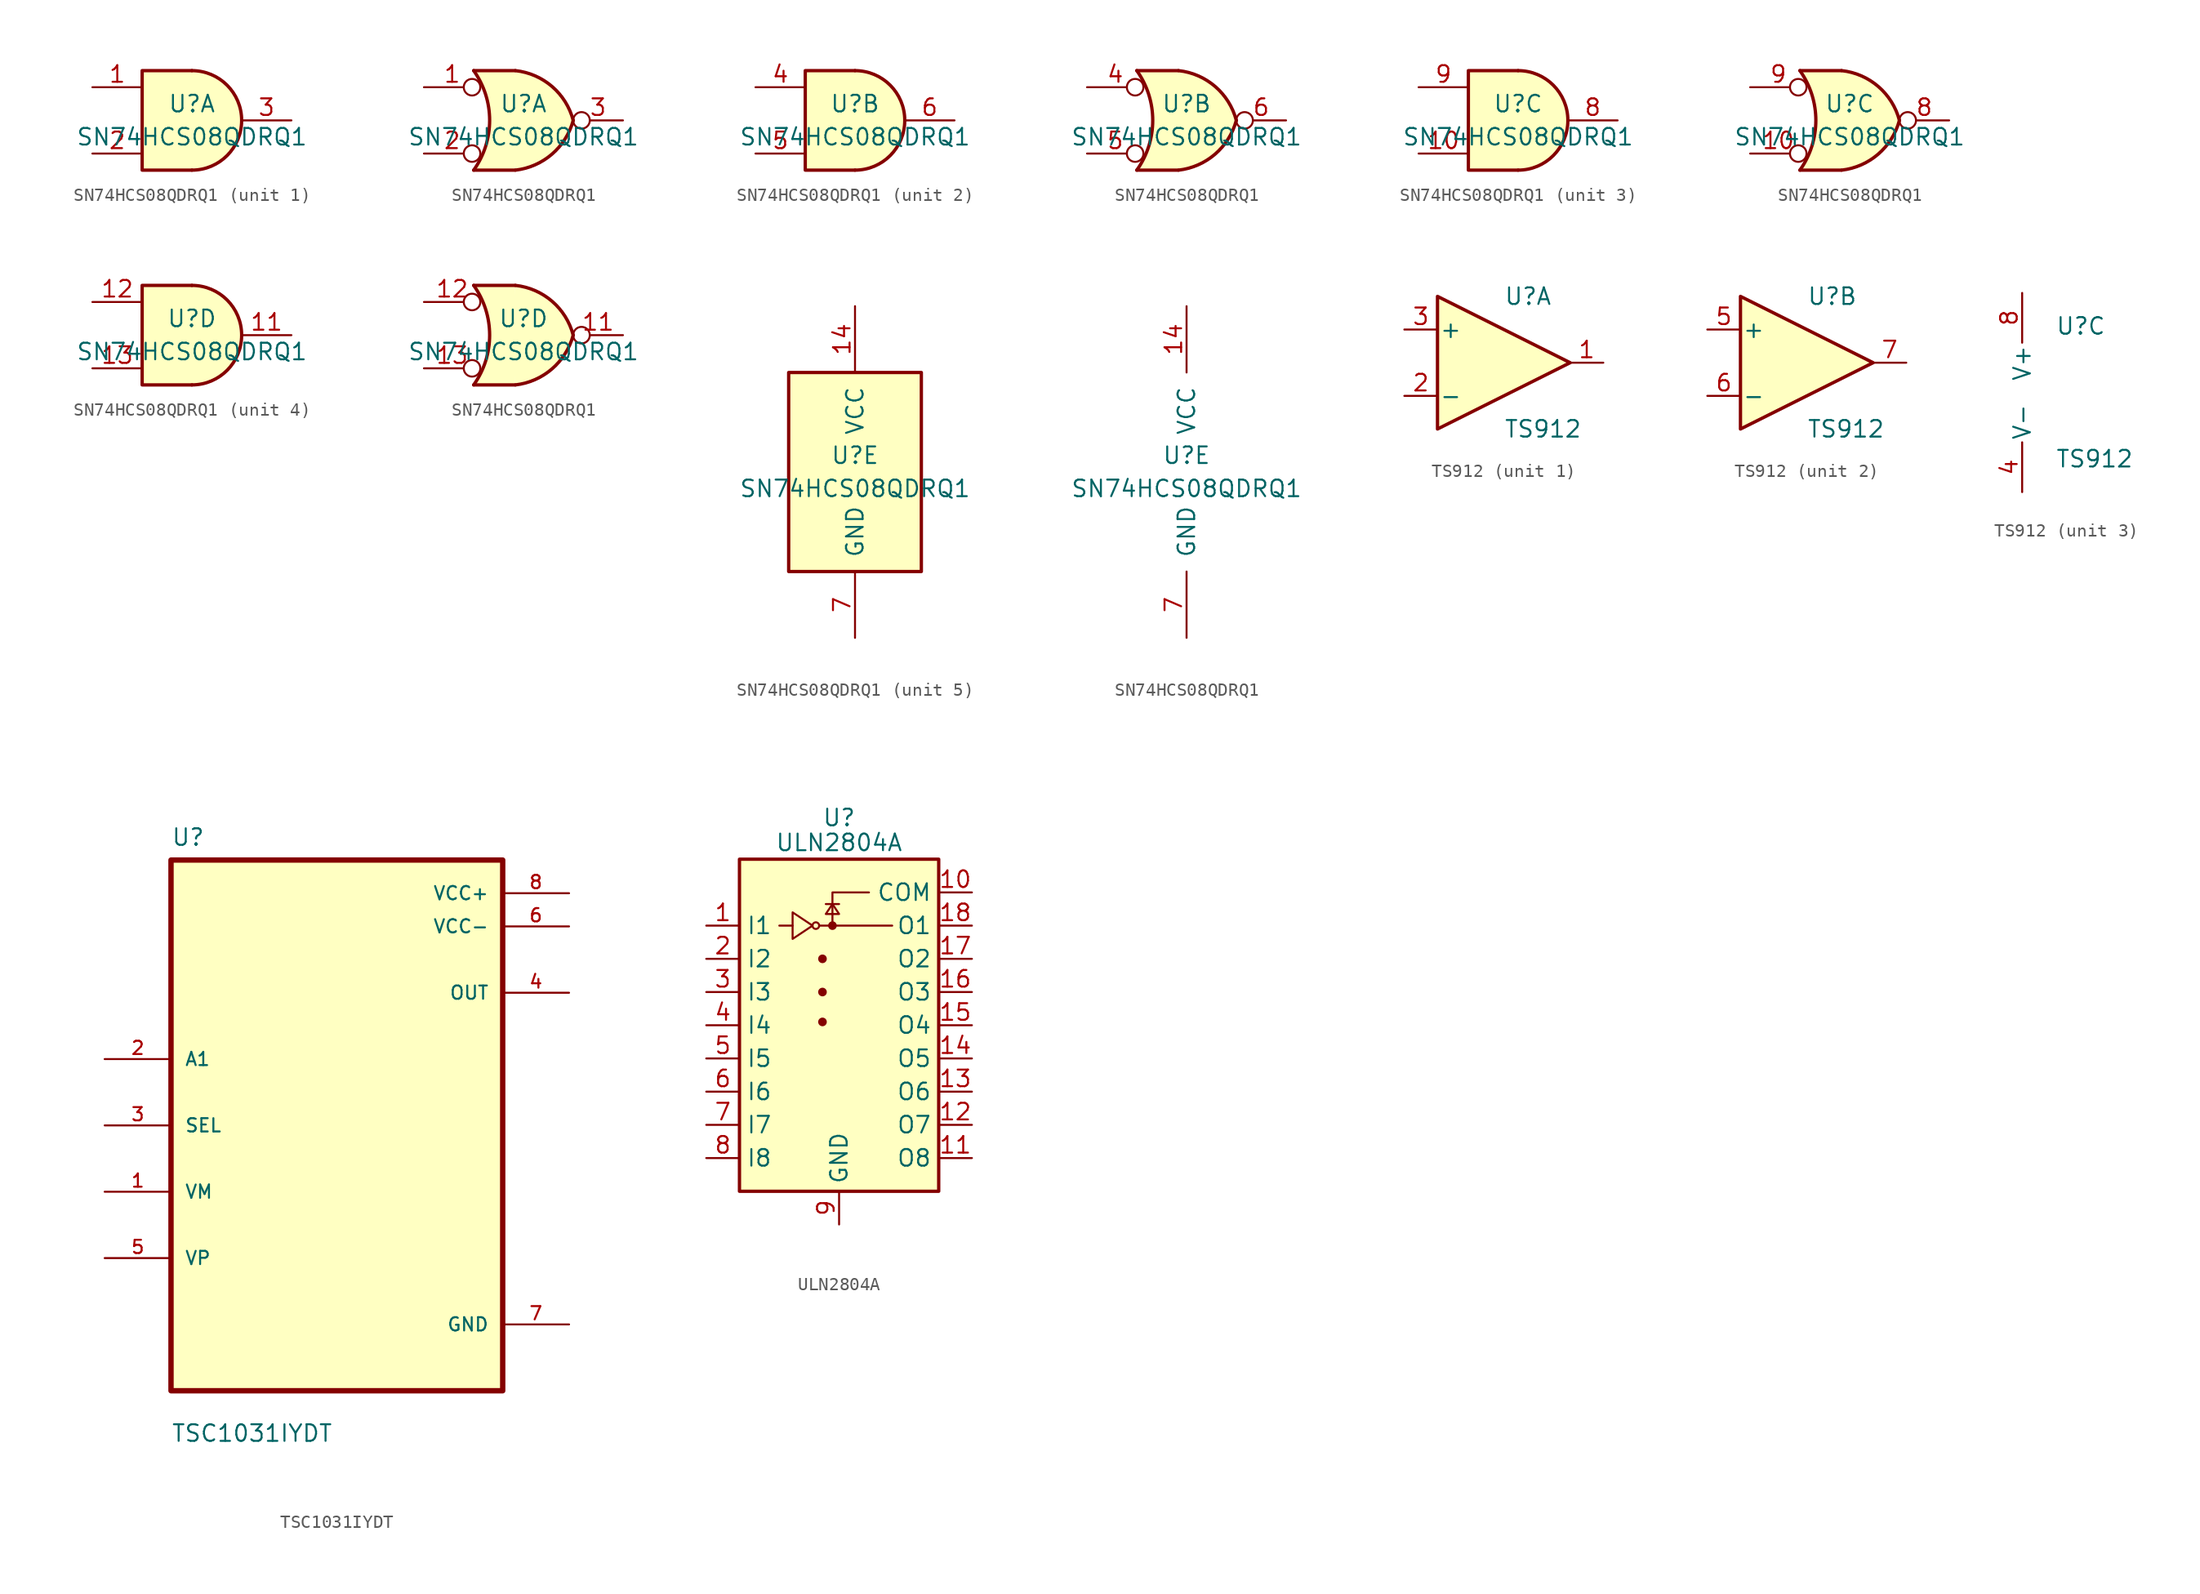
<source format=kicad_sym>
(kicad_symbol_lib
  (version 20241209)
  (generator "kicad_symbol_editor")
  (generator_version "9.0")
  (symbol "SN74HCS08QDRQ1"
    (pin_names
      (offset 1.016))
    (property "Reference" "U"
      (at 0 1.27 0)
      (effects (font (size 1.27 1.27))))
    (property "Value" "SN74HCS08QDRQ1"
      (at 0 -1.27 0)
      (effects (font (size 1.27 1.27))))
    (property "ki_locked" ""
      (at 0 0 0)
      (effects (font (size 1.27 1.27))))
    (symbol "SN74HCS08QDRQ1_1_1"
      (arc (start 0 3.81) (mid 3.7934 0) (end 0 -3.81) (stroke (width 0.254) (type default)) (fill (type background)))
      (polyline (pts (xy 0 3.81) (xy -3.81 3.81) (xy -3.81 -3.81) (xy 0 -3.81)) (stroke (width 0.254) (type default)) (fill (type background)))
      (pin input line (at -7.62 2.54 0) (length 3.81) (name "~" (effects (font (size 1.27 1.27)))) (number "1" (effects (font (size 1.27 1.27)))))
      (pin input line (at -7.62 -2.54 0) (length 3.81) (name "~" (effects (font (size 1.27 1.27)))) (number "2" (effects (font (size 1.27 1.27)))))
      (pin output line (at 7.62 0 180) (length 3.81) (name "~" (effects (font (size 1.27 1.27)))) (number "3" (effects (font (size 1.27 1.27))))))
    (symbol "SN74HCS08QDRQ1_1_2"
      (arc (start -3.81 3.81) (mid -2.589 0) (end -3.81 -3.81) (stroke (width 0.254) (type default)) (fill (type none)))
      (polyline (pts (xy -3.81 3.81) (xy -0.635 3.81)) (stroke (width 0.254) (type default)) (fill (type background)))
      (polyline (pts (xy -3.81 -3.81) (xy -0.635 -3.81)) (stroke (width 0.254) (type default)) (fill (type background)))
      (arc (start 3.81 0) (mid 2.1855 -2.584) (end -0.6096 -3.81) (stroke (width 0.254) (type default)) (fill (type background)))
      (arc (start -0.6096 3.81) (mid 2.1928 2.5924) (end 3.81 0) (stroke (width 0.254) (type default)) (fill (type background)))
      (polyline (pts (xy -0.635 3.81) (xy -3.81 3.81) (xy -3.81 3.81) (xy -3.556 3.404) (xy -3.023 2.261) (xy -2.692 1.041) (xy -2.616 -0.254) (xy -2.769 -1.499) (xy -3.175 -2.718) (xy -3.81 -3.81) (xy -3.81 -3.81) (xy -0.635 -3.81)) (stroke (width -25.4) (type default)) (fill (type background)))
      (pin input inverted (at -7.62 2.54 0) (length 4.318) (name "~" (effects (font (size 1.27 1.27)))) (number "1" (effects (font (size 1.27 1.27)))))
      (pin input inverted (at -7.62 -2.54 0) (length 4.318) (name "~" (effects (font (size 1.27 1.27)))) (number "2" (effects (font (size 1.27 1.27)))))
      (pin output inverted (at 7.62 0 180) (length 3.81) (name "~" (effects (font (size 1.27 1.27)))) (number "3" (effects (font (size 1.27 1.27))))))
    (symbol "SN74HCS08QDRQ1_2_1"
      (arc (start 0 3.81) (mid 3.7934 0) (end 0 -3.81) (stroke (width 0.254) (type default)) (fill (type background)))
      (polyline (pts (xy 0 3.81) (xy -3.81 3.81) (xy -3.81 -3.81) (xy 0 -3.81)) (stroke (width 0.254) (type default)) (fill (type background)))
      (pin input line (at -7.62 2.54 0) (length 3.81) (name "~" (effects (font (size 1.27 1.27)))) (number "4" (effects (font (size 1.27 1.27)))))
      (pin input line (at -7.62 -2.54 0) (length 3.81) (name "~" (effects (font (size 1.27 1.27)))) (number "5" (effects (font (size 1.27 1.27)))))
      (pin output line (at 7.62 0 180) (length 3.81) (name "~" (effects (font (size 1.27 1.27)))) (number "6" (effects (font (size 1.27 1.27))))))
    (symbol "SN74HCS08QDRQ1_2_2"
      (arc (start -3.81 3.81) (mid -2.589 0) (end -3.81 -3.81) (stroke (width 0.254) (type default)) (fill (type none)))
      (polyline (pts (xy -3.81 3.81) (xy -0.635 3.81)) (stroke (width 0.254) (type default)) (fill (type background)))
      (polyline (pts (xy -3.81 -3.81) (xy -0.635 -3.81)) (stroke (width 0.254) (type default)) (fill (type background)))
      (arc (start 3.81 0) (mid 2.1855 -2.584) (end -0.6096 -3.81) (stroke (width 0.254) (type default)) (fill (type background)))
      (arc (start -0.6096 3.81) (mid 2.1928 2.5924) (end 3.81 0) (stroke (width 0.254) (type default)) (fill (type background)))
      (polyline (pts (xy -0.635 3.81) (xy -3.81 3.81) (xy -3.81 3.81) (xy -3.556 3.404) (xy -3.023 2.261) (xy -2.692 1.041) (xy -2.616 -0.254) (xy -2.769 -1.499) (xy -3.175 -2.718) (xy -3.81 -3.81) (xy -3.81 -3.81) (xy -0.635 -3.81)) (stroke (width -25.4) (type default)) (fill (type background)))
      (pin input inverted (at -7.62 2.54 0) (length 4.318) (name "~" (effects (font (size 1.27 1.27)))) (number "4" (effects (font (size 1.27 1.27)))))
      (pin input inverted (at -7.62 -2.54 0) (length 4.318) (name "~" (effects (font (size 1.27 1.27)))) (number "5" (effects (font (size 1.27 1.27)))))
      (pin output inverted (at 7.62 0 180) (length 3.81) (name "~" (effects (font (size 1.27 1.27)))) (number "6" (effects (font (size 1.27 1.27))))))
    (symbol "SN74HCS08QDRQ1_3_1"
      (arc (start 0 3.81) (mid 3.7934 0) (end 0 -3.81) (stroke (width 0.254) (type default)) (fill (type background)))
      (polyline (pts (xy 0 3.81) (xy -3.81 3.81) (xy -3.81 -3.81) (xy 0 -3.81)) (stroke (width 0.254) (type default)) (fill (type background)))
      (pin input line (at -7.62 2.54 0) (length 3.81) (name "~" (effects (font (size 1.27 1.27)))) (number "9" (effects (font (size 1.27 1.27)))))
      (pin input line (at -7.62 -2.54 0) (length 3.81) (name "~" (effects (font (size 1.27 1.27)))) (number "10" (effects (font (size 1.27 1.27)))))
      (pin output line (at 7.62 0 180) (length 3.81) (name "~" (effects (font (size 1.27 1.27)))) (number "8" (effects (font (size 1.27 1.27))))))
    (symbol "SN74HCS08QDRQ1_3_2"
      (arc (start -3.81 3.81) (mid -2.589 0) (end -3.81 -3.81) (stroke (width 0.254) (type default)) (fill (type none)))
      (polyline (pts (xy -3.81 3.81) (xy -0.635 3.81)) (stroke (width 0.254) (type default)) (fill (type background)))
      (polyline (pts (xy -3.81 -3.81) (xy -0.635 -3.81)) (stroke (width 0.254) (type default)) (fill (type background)))
      (arc (start 3.81 0) (mid 2.1855 -2.584) (end -0.6096 -3.81) (stroke (width 0.254) (type default)) (fill (type background)))
      (arc (start -0.6096 3.81) (mid 2.1928 2.5924) (end 3.81 0) (stroke (width 0.254) (type default)) (fill (type background)))
      (polyline (pts (xy -0.635 3.81) (xy -3.81 3.81) (xy -3.81 3.81) (xy -3.556 3.404) (xy -3.023 2.261) (xy -2.692 1.041) (xy -2.616 -0.254) (xy -2.769 -1.499) (xy -3.175 -2.718) (xy -3.81 -3.81) (xy -3.81 -3.81) (xy -0.635 -3.81)) (stroke (width -25.4) (type default)) (fill (type background)))
      (pin input inverted (at -7.62 2.54 0) (length 4.318) (name "~" (effects (font (size 1.27 1.27)))) (number "9" (effects (font (size 1.27 1.27)))))
      (pin input inverted (at -7.62 -2.54 0) (length 4.318) (name "~" (effects (font (size 1.27 1.27)))) (number "10" (effects (font (size 1.27 1.27)))))
      (pin output inverted (at 7.62 0 180) (length 3.81) (name "~" (effects (font (size 1.27 1.27)))) (number "8" (effects (font (size 1.27 1.27))))))
    (symbol "SN74HCS08QDRQ1_4_1"
      (arc (start 0 3.81) (mid 3.7934 0) (end 0 -3.81) (stroke (width 0.254) (type default)) (fill (type background)))
      (polyline (pts (xy 0 3.81) (xy -3.81 3.81) (xy -3.81 -3.81) (xy 0 -3.81)) (stroke (width 0.254) (type default)) (fill (type background)))
      (pin input line (at -7.62 2.54 0) (length 3.81) (name "~" (effects (font (size 1.27 1.27)))) (number "12" (effects (font (size 1.27 1.27)))))
      (pin input line (at -7.62 -2.54 0) (length 3.81) (name "~" (effects (font (size 1.27 1.27)))) (number "13" (effects (font (size 1.27 1.27)))))
      (pin output line (at 7.62 0 180) (length 3.81) (name "~" (effects (font (size 1.27 1.27)))) (number "11" (effects (font (size 1.27 1.27))))))
    (symbol "SN74HCS08QDRQ1_4_2"
      (arc (start -3.81 3.81) (mid -2.589 0) (end -3.81 -3.81) (stroke (width 0.254) (type default)) (fill (type none)))
      (polyline (pts (xy -3.81 3.81) (xy -0.635 3.81)) (stroke (width 0.254) (type default)) (fill (type background)))
      (polyline (pts (xy -3.81 -3.81) (xy -0.635 -3.81)) (stroke (width 0.254) (type default)) (fill (type background)))
      (arc (start 3.81 0) (mid 2.1855 -2.584) (end -0.6096 -3.81) (stroke (width 0.254) (type default)) (fill (type background)))
      (arc (start -0.6096 3.81) (mid 2.1928 2.5924) (end 3.81 0) (stroke (width 0.254) (type default)) (fill (type background)))
      (polyline (pts (xy -0.635 3.81) (xy -3.81 3.81) (xy -3.81 3.81) (xy -3.556 3.404) (xy -3.023 2.261) (xy -2.692 1.041) (xy -2.616 -0.254) (xy -2.769 -1.499) (xy -3.175 -2.718) (xy -3.81 -3.81) (xy -3.81 -3.81) (xy -0.635 -3.81)) (stroke (width -25.4) (type default)) (fill (type background)))
      (pin input inverted (at -7.62 2.54 0) (length 4.318) (name "~" (effects (font (size 1.27 1.27)))) (number "12" (effects (font (size 1.27 1.27)))))
      (pin input inverted (at -7.62 -2.54 0) (length 4.318) (name "~" (effects (font (size 1.27 1.27)))) (number "13" (effects (font (size 1.27 1.27)))))
      (pin output inverted (at 7.62 0 180) (length 3.81) (name "~" (effects (font (size 1.27 1.27)))) (number "11" (effects (font (size 1.27 1.27))))))
    (symbol "SN74HCS08QDRQ1_5_0"
      (pin power_in line (at 0 12.7 270) (length 5.08) (name "VCC" (effects (font (size 1.27 1.27)))) (number "14" (effects (font (size 1.27 1.27)))))
      (pin power_in line (at 0 -12.7 90) (length 5.08) (name "GND" (effects (font (size 1.27 1.27)))) (number "7" (effects (font (size 1.27 1.27))))))
    (symbol "SN74HCS08QDRQ1_5_1"
      (rectangle (start -5.08 7.62) (end 5.08 -7.62) (stroke (width 0.254) (type default)) (fill (type background)))))
  (symbol "TS912"
    (pin_names
      (offset 0.127))
    (property "Reference" "U"
      (at 0 5.08 0)
      (effects (font (size 1.27 1.27)) (justify left)))
    (property "Value" "TS912"
      (at 0 -5.08 0)
      (effects (font (size 1.27 1.27)) (justify left)))
    (property "ki_locked" ""
      (at 0 0 0)
      (effects (font (size 1.27 1.27))))
    (symbol "TS912_1_1"
      (polyline (pts (xy -5.08 5.08) (xy 5.08 0) (xy -5.08 -5.08) (xy -5.08 5.08)) (stroke (width 0.254) (type default)) (fill (type background)))
      (pin input line (at -7.62 2.54 0) (length 2.54) (name "+" (effects (font (size 1.27 1.27)))) (number "3" (effects (font (size 1.27 1.27)))))
      (pin input line (at -7.62 -2.54 0) (length 2.54) (name "-" (effects (font (size 1.27 1.27)))) (number "2" (effects (font (size 1.27 1.27)))))
      (pin output line (at 7.62 0 180) (length 2.54) (name "~" (effects (font (size 1.27 1.27)))) (number "1" (effects (font (size 1.27 1.27))))))
    (symbol "TS912_2_1"
      (polyline (pts (xy -5.08 5.08) (xy 5.08 0) (xy -5.08 -5.08) (xy -5.08 5.08)) (stroke (width 0.254) (type default)) (fill (type background)))
      (pin input line (at -7.62 2.54 0) (length 2.54) (name "+" (effects (font (size 1.27 1.27)))) (number "5" (effects (font (size 1.27 1.27)))))
      (pin input line (at -7.62 -2.54 0) (length 2.54) (name "-" (effects (font (size 1.27 1.27)))) (number "6" (effects (font (size 1.27 1.27)))))
      (pin output line (at 7.62 0 180) (length 2.54) (name "~" (effects (font (size 1.27 1.27)))) (number "7" (effects (font (size 1.27 1.27))))))
    (symbol "TS912_3_1"
      (pin power_in line (at -2.54 7.62 270) (length 3.81) (name "V+" (effects (font (size 1.27 1.27)))) (number "8" (effects (font (size 1.27 1.27)))))
      (pin power_in line (at -2.54 -7.62 90) (length 3.81) (name "V-" (effects (font (size 1.27 1.27)))) (number "4" (effects (font (size 1.27 1.27)))))))
  (symbol "TSC1031IYDT"
    (pin_names
      (offset 1.016))
    (property "Reference" "U"
      (at -12.7 21.32 0)
      (effects (font (size 1.27 1.27)) (justify left bottom)))
    (property "Value" "TSC1031IYDT"
      (at -12.7 -24.32 0)
      (effects (font (size 1.27 1.27)) (justify left bottom)))
    (symbol "TSC1031IYDT_0_0"
      (rectangle (start -12.7 -20.32) (end 12.7 20.32) (stroke (width 0.41) (type default)) (fill (type background)))
      (pin bidirectional line (at -17.78 5.08 0) (length 5.08) (name "A1" (effects (font (size 1.016 1.016)))) (number "2" (effects (font (size 1.016 1.016)))))
      (pin bidirectional line (at -17.78 0 0) (length 5.08) (name "SEL" (effects (font (size 1.016 1.016)))) (number "3" (effects (font (size 1.016 1.016)))))
      (pin bidirectional line (at -17.78 -5.08 0) (length 5.08) (name "VM" (effects (font (size 1.016 1.016)))) (number "1" (effects (font (size 1.016 1.016)))))
      (pin bidirectional line (at -17.78 -10.16 0) (length 5.08) (name "VP" (effects (font (size 1.016 1.016)))) (number "5" (effects (font (size 1.016 1.016)))))
      (pin power_in line (at 17.78 17.78 180) (length 5.08) (name "VCC+" (effects (font (size 1.016 1.016)))) (number "8" (effects (font (size 1.016 1.016)))))
      (pin power_in line (at 17.78 15.24 180) (length 5.08) (name "VCC-" (effects (font (size 1.016 1.016)))) (number "6" (effects (font (size 1.016 1.016)))))
      (pin output line (at 17.78 10.16 180) (length 5.08) (name "OUT" (effects (font (size 1.016 1.016)))) (number "4" (effects (font (size 1.016 1.016)))))
      (pin power_in line (at 17.78 -15.24 180) (length 5.08) (name "GND" (effects (font (size 1.016 1.016)))) (number "7" (effects (font (size 1.016 1.016)))))))
  (symbol "ULN2804A"
    (property "Reference" "U"
      (at 0 13.335 0)
      (effects (font (size 1.27 1.27))))
    (property "Value" "ULN2804A"
      (at 0 11.43 0)
      (effects (font (size 1.27 1.27))))
    (symbol "ULN2804A_0_1"
      (rectangle (start -7.62 -15.24) (end 7.62 10.16) (stroke (width 0.254) (type default)) (fill (type background)))
      (polyline (pts (xy -4.572 5.08) (xy -3.556 5.08)) (stroke (width 0) (type default)) (fill (type none)))
      (polyline (pts (xy -3.556 6.096) (xy -3.556 4.064) (xy -2.032 5.08) (xy -3.556 6.096)) (stroke (width 0) (type default)) (fill (type none)))
      (circle (center -1.778 5.08) (radius 0.254) (stroke (width 0) (type default)) (fill (type none)))
      (polyline (pts (xy -1.524 5.08) (xy 4.064 5.08)) (stroke (width 0) (type default)) (fill (type none)))
      (circle (center -1.27 2.54) (radius 0.254) (stroke (width 0) (type default)) (fill (type outline)))
      (circle (center -1.27 0) (radius 0.254) (stroke (width 0) (type default)) (fill (type outline)))
      (circle (center -1.27 -2.286) (radius 0.254) (stroke (width 0) (type default)) (fill (type outline)))
      (circle (center -0.508 5.08) (radius 0.254) (stroke (width 0) (type default)) (fill (type outline)))
      (polyline (pts (xy -0.508 5.08) (xy -0.508 7.62) (xy 2.286 7.62)) (stroke (width 0) (type default)) (fill (type none)))
      (polyline (pts (xy 0 6.731) (xy -1.016 6.731)) (stroke (width 0) (type default)) (fill (type none)))
      (polyline (pts (xy 0 5.969) (xy -1.016 5.969) (xy -0.508 6.731) (xy 0 5.969)) (stroke (width 0) (type default)) (fill (type none))))
    (symbol "ULN2804A_1_1"
      (pin input line (at -10.16 5.08 0) (length 2.54) (name "I1" (effects (font (size 1.27 1.27)))) (number "1" (effects (font (size 1.27 1.27)))))
      (pin input line (at -10.16 2.54 0) (length 2.54) (name "I2" (effects (font (size 1.27 1.27)))) (number "2" (effects (font (size 1.27 1.27)))))
      (pin input line (at -10.16 0 0) (length 2.54) (name "I3" (effects (font (size 1.27 1.27)))) (number "3" (effects (font (size 1.27 1.27)))))
      (pin input line (at -10.16 -2.54 0) (length 2.54) (name "I4" (effects (font (size 1.27 1.27)))) (number "4" (effects (font (size 1.27 1.27)))))
      (pin input line (at -10.16 -5.08 0) (length 2.54) (name "I5" (effects (font (size 1.27 1.27)))) (number "5" (effects (font (size 1.27 1.27)))))
      (pin input line (at -10.16 -7.62 0) (length 2.54) (name "I6" (effects (font (size 1.27 1.27)))) (number "6" (effects (font (size 1.27 1.27)))))
      (pin input line (at -10.16 -10.16 0) (length 2.54) (name "I7" (effects (font (size 1.27 1.27)))) (number "7" (effects (font (size 1.27 1.27)))))
      (pin input line (at -10.16 -12.7 0) (length 2.54) (name "I8" (effects (font (size 1.27 1.27)))) (number "8" (effects (font (size 1.27 1.27)))))
      (pin power_in line (at 0 -17.78 90) (length 2.54) (name "GND" (effects (font (size 1.27 1.27)))) (number "9" (effects (font (size 1.27 1.27)))))
      (pin passive line (at 10.16 7.62 180) (length 2.54) (name "COM" (effects (font (size 1.27 1.27)))) (number "10" (effects (font (size 1.27 1.27)))))
      (pin open_collector line (at 10.16 5.08 180) (length 2.54) (name "O1" (effects (font (size 1.27 1.27)))) (number "18" (effects (font (size 1.27 1.27)))))
      (pin open_collector line (at 10.16 2.54 180) (length 2.54) (name "O2" (effects (font (size 1.27 1.27)))) (number "17" (effects (font (size 1.27 1.27)))))
      (pin open_collector line (at 10.16 0 180) (length 2.54) (name "O3" (effects (font (size 1.27 1.27)))) (number "16" (effects (font (size 1.27 1.27)))))
      (pin open_collector line (at 10.16 -2.54 180) (length 2.54) (name "O4" (effects (font (size 1.27 1.27)))) (number "15" (effects (font (size 1.27 1.27)))))
      (pin open_collector line (at 10.16 -5.08 180) (length 2.54) (name "O5" (effects (font (size 1.27 1.27)))) (number "14" (effects (font (size 1.27 1.27)))))
      (pin open_collector line (at 10.16 -7.62 180) (length 2.54) (name "O6" (effects (font (size 1.27 1.27)))) (number "13" (effects (font (size 1.27 1.27)))))
      (pin open_collector line (at 10.16 -10.16 180) (length 2.54) (name "O7" (effects (font (size 1.27 1.27)))) (number "12" (effects (font (size 1.27 1.27)))))
      (pin open_collector line (at 10.16 -12.7 180) (length 2.54) (name "O8" (effects (font (size 1.27 1.27)))) (number "11" (effects (font (size 1.27 1.27))))))))
</source>
